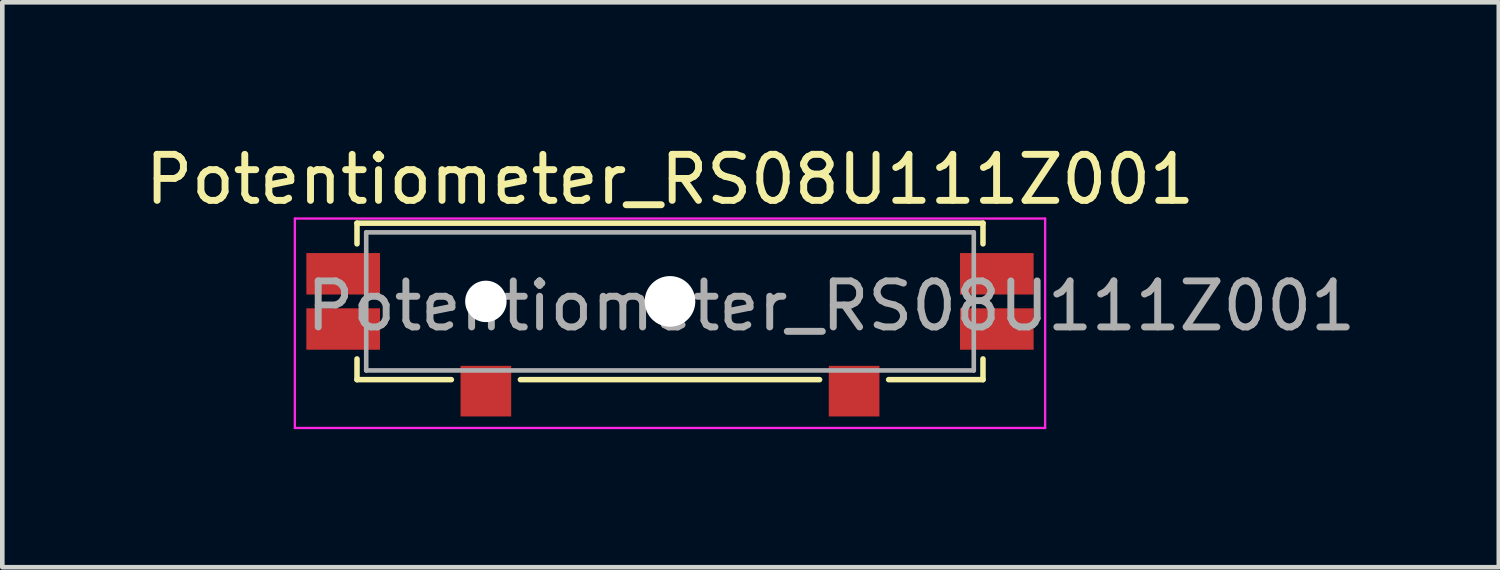
<source format=kicad_pcb>
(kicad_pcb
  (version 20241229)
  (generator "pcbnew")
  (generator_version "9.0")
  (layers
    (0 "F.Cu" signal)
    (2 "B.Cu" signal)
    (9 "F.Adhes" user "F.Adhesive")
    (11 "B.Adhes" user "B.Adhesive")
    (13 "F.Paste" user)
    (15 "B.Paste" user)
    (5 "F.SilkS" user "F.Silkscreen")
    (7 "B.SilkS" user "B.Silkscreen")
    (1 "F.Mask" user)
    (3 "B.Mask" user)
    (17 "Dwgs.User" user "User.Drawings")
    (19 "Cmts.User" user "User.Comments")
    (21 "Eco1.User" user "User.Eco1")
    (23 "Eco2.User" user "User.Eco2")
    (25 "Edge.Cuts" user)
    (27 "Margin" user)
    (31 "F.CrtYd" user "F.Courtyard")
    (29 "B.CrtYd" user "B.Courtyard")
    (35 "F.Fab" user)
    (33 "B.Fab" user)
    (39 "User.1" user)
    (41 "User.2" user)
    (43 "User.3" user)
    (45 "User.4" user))
  (footprint "Potentiometer_RS08U111Z001"
    (layer "F.Cu")
    (at 11.506 3.498)
    (property "Reference" "Potentiometer_RS08U111Z001" (at 0 -2.65 0) (layer "F.SilkS") (effects (font (size 1 1) (thickness 0.15))))
    (attr smd)
    (fp_line (start -6.8 -1.7) (end -6.8 -1.25) (stroke (width 0.12) (type solid)) (layer "F.SilkS"))
    (fp_line (start -6.8 -1.7) (end 6.8 -1.7) (stroke (width 0.12) (type solid)) (layer "F.SilkS"))
    (fp_line (start -6.8 1.25) (end -6.8 1.7) (stroke (width 0.12) (type solid)) (layer "F.SilkS"))
    (fp_line (start -6.8 1.7) (end -4.75 1.7) (stroke (width 0.12) (type solid)) (layer "F.SilkS"))
    (fp_line (start -3.25 1.7) (end 3.25 1.7) (stroke (width 0.12) (type solid)) (layer "F.SilkS"))
    (fp_line (start 4.75 1.7) (end 6.8 1.7) (stroke (width 0.12) (type solid)) (layer "F.SilkS"))
    (fp_line (start 6.8 -1.7) (end 6.8 -1.25) (stroke (width 0.12) (type solid)) (layer "F.SilkS"))
    (fp_line (start 6.8 1.25) (end 6.8 1.7) (stroke (width 0.12) (type solid)) (layer "F.SilkS"))
    (fp_line (start -8.15 -1.8) (end -8.15 2.75) (stroke (width 0.05) (type solid)) (layer "F.CrtYd"))
    (fp_line (start -8.15 2.75) (end 8.15 2.75) (stroke (width 0.05) (type solid)) (layer "F.CrtYd"))
    (fp_line (start 8.15 -1.8) (end -8.15 -1.8) (stroke (width 0.05) (type solid)) (layer "F.CrtYd"))
    (fp_line (start 8.15 2.75) (end 8.15 -1.8) (stroke (width 0.05) (type solid)) (layer "F.CrtYd"))
    (fp_line (start -6.6 -1.5) (end -6.6 1.5) (stroke (width 0.1) (type solid)) (layer "F.Fab"))
    (fp_line (start -6.6 1.5) (end 6.6 1.5) (stroke (width 0.1) (type solid)) (layer "F.Fab"))
    (fp_line (start 6.6 -1.5) (end -6.6 -1.5) (stroke (width 0.1) (type solid)) (layer "F.Fab"))
    (fp_line (start 6.6 1.5) (end 6.6 -1.5) (stroke (width 0.1) (type solid)) (layer "F.Fab"))
    (fp_text user "${REFERENCE}" (at 3.5 0.1 180) (layer "F.Fab") (effects (font (size 1 1) (thickness 0.15))))
    (pad "" np_thru_hole circle (at -4 0) (size 0.9 0.9) (drill 0.9) (layers "*.Cu" "*.Mask"))
    (pad "" np_thru_hole circle (at 0 0) (size 1.1 1.1) (drill 1.1) (layers "*.Cu" "*.Mask"))
    (pad "" smd rect (at 7.1 -0.6) (size 1.6 0.9) (layers "F.Cu" "F.Mask" "F.Paste"))
    (pad "1" smd rect (at -7.1 0.6) (size 1.6 0.9) (layers "F.Cu" "F.Mask" "F.Paste"))
    (pad "2" smd rect (at -7.1 -0.6) (size 1.6 0.9) (layers "F.Cu" "F.Mask" "F.Paste"))
    (pad "3" smd rect (at 7.1 0.6) (size 1.6 0.9) (layers "F.Cu" "F.Mask" "F.Paste"))
    (pad "G" smd rect (at -4 1.95) (size 1.1 1.1) (layers "F.Cu" "F.Mask" "F.Paste"))
    (pad "G" smd rect (at 4 1.95) (size 1.1 1.1) (layers "F.Cu" "F.Mask" "F.Paste")))
  (gr_rect
    (start -3 -3)
    (end 29.512 9.273)
    (stroke (width 0.1) (type default))
    (fill no)
    (layer "Edge.Cuts")))
</source>
